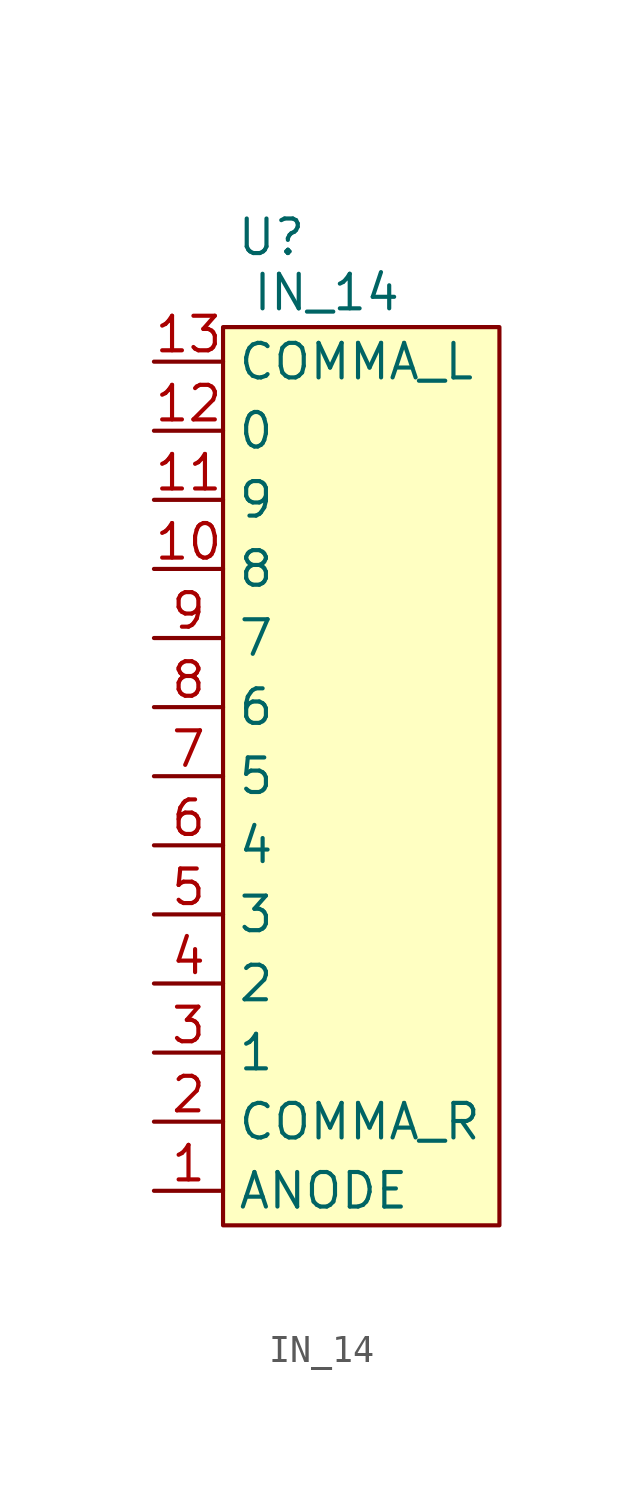
<source format=kicad_sym>
(kicad_symbol_lib
  (version 20231120)
  (generator "kicad_symbol_editor")
  (generator_version "8.0")
  (symbol "IN_14"
    (property "Reference" "U"
      (at -3.302 18.542 0)
      (effects (font (size 1.27 1.27))))
    (property "Value" "IN_14"
      (at -1.27 16.51 0)
      (effects (font (size 1.27 1.27))))
    (symbol "IN_14_1_1"
      (rectangle (start -5.08 15.24) (end 5.08 -17.78) (stroke (width 0) (type default)) (fill (type background)))
      (pin power_in line (at -7.62 -16.51 0) (length 2.54) (name "ANODE" (effects (font (size 1.27 1.27)))) (number "1" (effects (font (size 1.27 1.27)))))
      (pin unspecified line (at -7.62 6.35 0) (length 2.54) (name "8" (effects (font (size 1.27 1.27)))) (number "10" (effects (font (size 1.27 1.27)))))
      (pin unspecified line (at -7.62 8.89 0) (length 2.54) (name "9" (effects (font (size 1.27 1.27)))) (number "11" (effects (font (size 1.27 1.27)))))
      (pin unspecified line (at -7.62 11.43 0) (length 2.54) (name "0" (effects (font (size 1.27 1.27)))) (number "12" (effects (font (size 1.27 1.27)))))
      (pin unspecified line (at -7.62 13.97 0) (length 2.54) (name "COMMA_L" (effects (font (size 1.27 1.27)))) (number "13" (effects (font (size 1.27 1.27)))))
      (pin unspecified line (at -7.62 -13.97 0) (length 2.54) (name "COMMA_R" (effects (font (size 1.27 1.27)))) (number "2" (effects (font (size 1.27 1.27)))))
      (pin unspecified line (at -7.62 -11.43 0) (length 2.54) (name "1" (effects (font (size 1.27 1.27)))) (number "3" (effects (font (size 1.27 1.27)))))
      (pin unspecified line (at -7.62 -8.89 0) (length 2.54) (name "2" (effects (font (size 1.27 1.27)))) (number "4" (effects (font (size 1.27 1.27)))))
      (pin unspecified line (at -7.62 -6.35 0) (length 2.54) (name "3" (effects (font (size 1.27 1.27)))) (number "5" (effects (font (size 1.27 1.27)))))
      (pin unspecified line (at -7.62 -3.81 0) (length 2.54) (name "4" (effects (font (size 1.27 1.27)))) (number "6" (effects (font (size 1.27 1.27)))))
      (pin unspecified line (at -7.62 -1.27 0) (length 2.54) (name "5" (effects (font (size 1.27 1.27)))) (number "7" (effects (font (size 1.27 1.27)))))
      (pin unspecified line (at -7.62 1.27 0) (length 2.54) (name "6" (effects (font (size 1.27 1.27)))) (number "8" (effects (font (size 1.27 1.27)))))
      (pin unspecified line (at -7.62 3.81 0) (length 2.54) (name "7" (effects (font (size 1.27 1.27)))) (number "9" (effects (font (size 1.27 1.27))))))))
</source>
